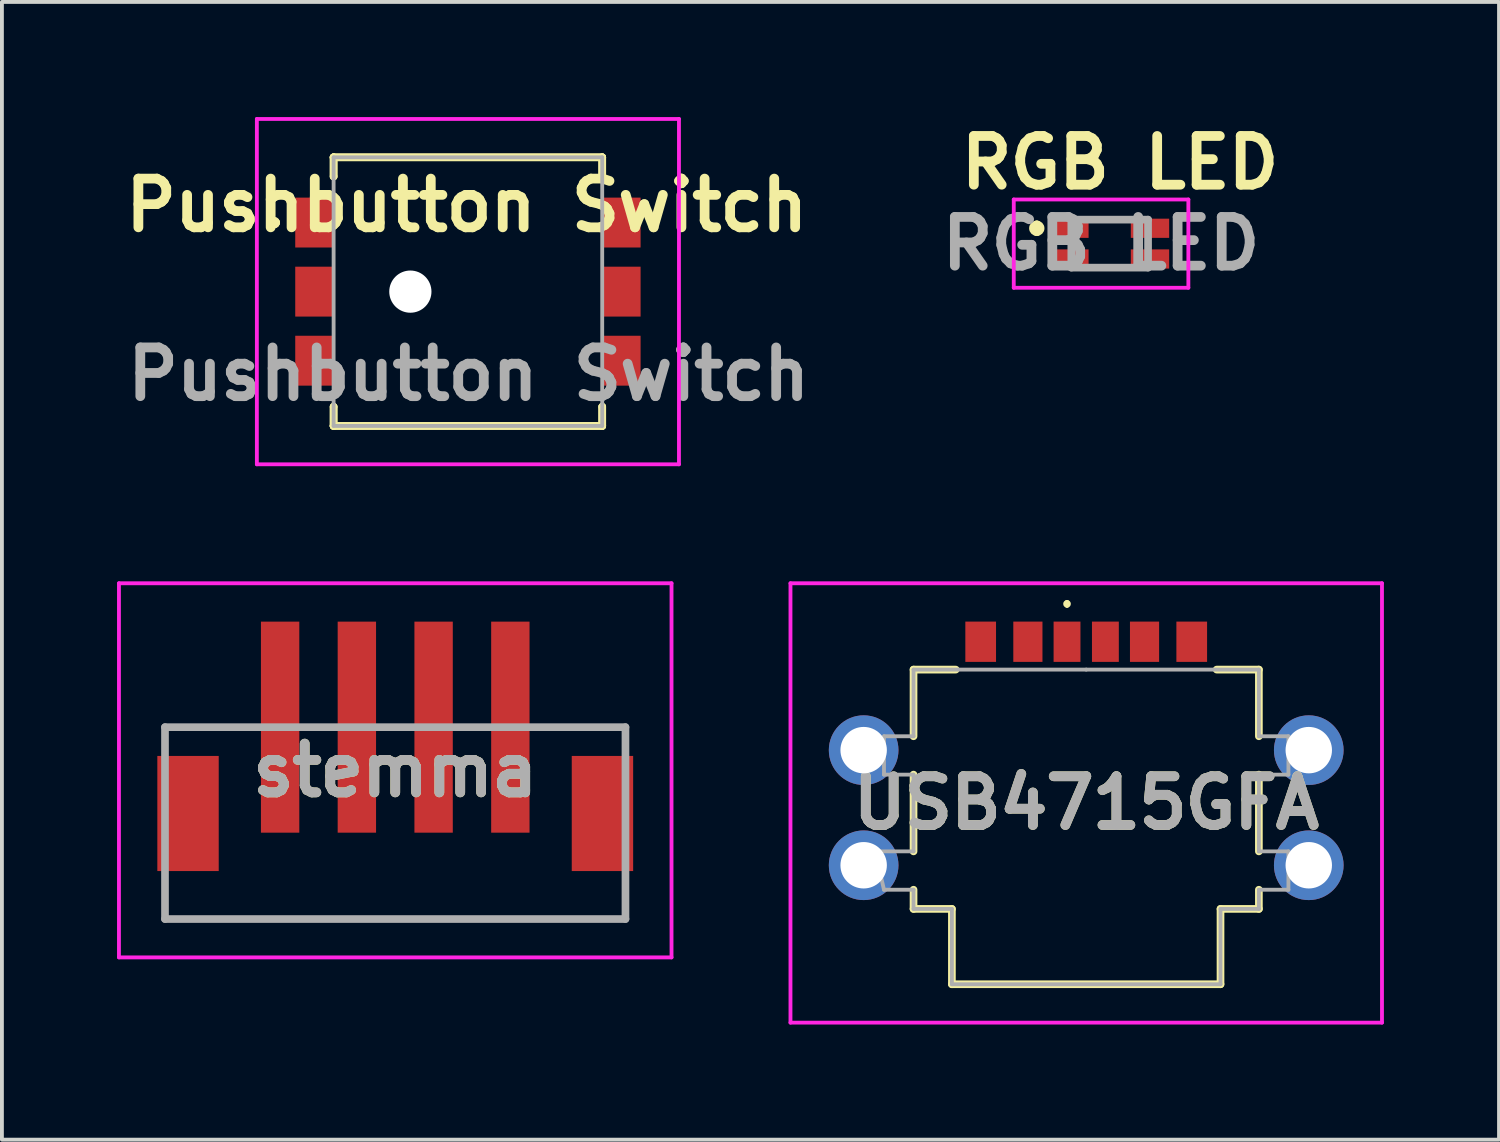
<source format=kicad_pcb>
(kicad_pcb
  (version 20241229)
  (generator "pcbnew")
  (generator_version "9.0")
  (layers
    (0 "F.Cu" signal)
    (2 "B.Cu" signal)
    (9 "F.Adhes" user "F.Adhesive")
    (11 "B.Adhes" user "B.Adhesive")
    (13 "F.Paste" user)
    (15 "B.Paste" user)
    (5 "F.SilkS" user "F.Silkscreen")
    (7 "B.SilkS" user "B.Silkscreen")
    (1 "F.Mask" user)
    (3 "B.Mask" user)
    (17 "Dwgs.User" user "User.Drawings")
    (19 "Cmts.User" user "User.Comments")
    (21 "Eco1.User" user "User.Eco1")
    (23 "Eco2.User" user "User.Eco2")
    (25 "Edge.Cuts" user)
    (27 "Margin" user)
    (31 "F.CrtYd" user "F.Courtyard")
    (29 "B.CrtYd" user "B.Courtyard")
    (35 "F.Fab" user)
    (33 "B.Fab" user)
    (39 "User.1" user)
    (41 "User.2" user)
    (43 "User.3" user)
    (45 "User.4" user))
  (footprint "Pushbutton Switch"
    (layer "F.Cu")
    (at 9.144 4.55)
    (property "Reference" "Pushbutton Switch" (at -0.03 -2.25 0) (layer "F.SilkS") (effects (font (size 1.27 1.27) (thickness 0.254))))
    (attr through_hole)
    (fp_line (start -5.1 -1.8) (end -5.1 -1.8) (stroke (width 0.2) (type solid)) (layer "F.SilkS"))
    (fp_line (start -5.1 -1.8) (end -5.1 -1.8) (stroke (width 0.2) (type solid)) (layer "F.SilkS"))
    (fp_line (start -5 -1.8) (end -5 -1.8) (stroke (width 0.2) (type solid)) (layer "F.SilkS"))
    (fp_line (start -3.5 -3.5) (end -3.5 -3.5) (stroke (width 0.2) (type solid)) (layer "F.SilkS"))
    (fp_line (start -3.5 -3.5) (end -3.5 -3.5) (stroke (width 0.2) (type solid)) (layer "F.SilkS"))
    (fp_line (start -3.5 -3.5) (end -3.5 -3) (stroke (width 0.2) (type solid)) (layer "F.SilkS"))
    (fp_line (start -3.5 -3.5) (end 3.5 -3.5) (stroke (width 0.2) (type solid)) (layer "F.SilkS"))
    (fp_line (start -3.5 -3) (end -3.5 -3.5) (stroke (width 0.2) (type solid)) (layer "F.SilkS"))
    (fp_line (start -3.5 -3) (end -3.5 -3) (stroke (width 0.2) (type solid)) (layer "F.SilkS"))
    (fp_line (start -3.5 3) (end -3.5 3) (stroke (width 0.2) (type solid)) (layer "F.SilkS"))
    (fp_line (start -3.5 3) (end -3.5 3.5) (stroke (width 0.2) (type solid)) (layer "F.SilkS"))
    (fp_line (start -3.5 3.5) (end -3.5 3) (stroke (width 0.2) (type solid)) (layer "F.SilkS"))
    (fp_line (start -3.5 3.5) (end -3.5 3.5) (stroke (width 0.2) (type solid)) (layer "F.SilkS"))
    (fp_line (start -3.5 3.5) (end -3.5 3.5) (stroke (width 0.2) (type solid)) (layer "F.SilkS"))
    (fp_line (start -3.5 3.5) (end 3.5 3.5) (stroke (width 0.2) (type solid)) (layer "F.SilkS"))
    (fp_line (start 3.5 -3.5) (end -3.5 -3.5) (stroke (width 0.2) (type solid)) (layer "F.SilkS"))
    (fp_line (start 3.5 -3.5) (end 3.5 -3.5) (stroke (width 0.2) (type solid)) (layer "F.SilkS"))
    (fp_line (start 3.5 -3.5) (end 3.5 -3.5) (stroke (width 0.2) (type solid)) (layer "F.SilkS"))
    (fp_line (start 3.5 -3.5) (end 3.5 -3) (stroke (width 0.2) (type solid)) (layer "F.SilkS"))
    (fp_line (start 3.5 -3) (end 3.5 -3.5) (stroke (width 0.2) (type solid)) (layer "F.SilkS"))
    (fp_line (start 3.5 -3) (end 3.5 -3) (stroke (width 0.2) (type solid)) (layer "F.SilkS"))
    (fp_line (start 3.5 3) (end 3.5 3) (stroke (width 0.2) (type solid)) (layer "F.SilkS"))
    (fp_line (start 3.5 3) (end 3.5 3.5) (stroke (width 0.2) (type solid)) (layer "F.SilkS"))
    (fp_line (start 3.5 3.5) (end -3.5 3.5) (stroke (width 0.2) (type solid)) (layer "F.SilkS"))
    (fp_line (start 3.5 3.5) (end 3.5 3) (stroke (width 0.2) (type solid)) (layer "F.SilkS"))
    (fp_line (start 3.5 3.5) (end 3.5 3.5) (stroke (width 0.2) (type solid)) (layer "F.SilkS"))
    (fp_line (start 3.5 3.5) (end 3.5 3.5) (stroke (width 0.2) (type solid)) (layer "F.SilkS"))
    (fp_arc (start -5.1 -1.8) (mid -5.05 -1.85) (end -5 -1.8) (stroke (width 0.2) (type solid)) (layer "F.SilkS"))
    (fp_arc (start -5 -1.8) (mid -5.05 -1.75) (end -5.1 -1.8) (stroke (width 0.2) (type solid)) (layer "F.SilkS"))
    (fp_arc (start -5 -1.8) (mid -5.05 -1.75) (end -5.1 -1.8) (stroke (width 0.2) (type solid)) (layer "F.SilkS"))
    (fp_line (start -5.5 -4.5) (end 5.5 -4.5) (stroke (width 0.1) (type solid)) (layer "F.CrtYd"))
    (fp_line (start -5.5 4.5) (end -5.5 -4.5) (stroke (width 0.1) (type solid)) (layer "F.CrtYd"))
    (fp_line (start 5.5 -4.5) (end 5.5 4.5) (stroke (width 0.1) (type solid)) (layer "F.CrtYd"))
    (fp_line (start 5.5 4.5) (end -5.5 4.5) (stroke (width 0.1) (type solid)) (layer "F.CrtYd"))
    (fp_line (start -3.5 -3.5) (end -3.5 3.5) (stroke (width 0.1) (type solid)) (layer "F.Fab"))
    (fp_line (start -3.5 3.5) (end 3.5 3.5) (stroke (width 0.1) (type solid)) (layer "F.Fab"))
    (fp_line (start 3.5 -3.5) (end -3.5 -3.5) (stroke (width 0.1) (type solid)) (layer "F.Fab"))
    (fp_line (start 3.5 3.5) (end 3.5 -3.5) (stroke (width 0.1) (type solid)) (layer "F.Fab"))
    (fp_text user "${REFERENCE}" (at 0.02 2.15 0) (layer "F.Fab") (effects (font (size 1.27 1.27) (thickness 0.254))))
    (pad "" np_thru_hole circle (at -1.5 0) (size 1.1 1.1) (drill 1.1) (layers "*.Cu" "*.Mask"))
    (pad "1" smd rect (at -4 -1.8) (size 1 1.3) (layers "F.Cu" "F.Mask" "F.Paste"))
    (pad "2" smd rect (at -4 0) (size 1 1.3) (layers "F.Cu" "F.Mask" "F.Paste"))
    (pad "3" smd rect (at -4 1.8) (size 1 1.3) (layers "F.Cu" "F.Mask" "F.Paste"))
    (pad "4" smd rect (at 4 -1.8) (size 1 1.3) (layers "F.Cu" "F.Mask" "F.Paste"))
    (pad "5" smd rect (at 4 0) (size 1 1.3) (layers "F.Cu" "F.Mask" "F.Paste"))
    (pad "6" smd rect (at 4 1.8) (size 1 1.3) (layers "F.Cu" "F.Mask" "F.Paste")))
  (footprint "RGB LED"
    (layer "F.Cu")
    (at 25.869 3.299)
    (property "Reference" "RGB LED" (at 0.27 -2.11 0) (layer "F.SilkS") (effects (font (size 1.27 1.27) (thickness 0.254))))
    (attr smd)
    (fp_line (start -1.9 -0.5) (end -1.9 -0.5) (stroke (width 0.2) (type solid)) (layer "F.SilkS"))
    (fp_line (start -1.9 -0.3) (end -1.9 -0.3) (stroke (width 0.2) (type solid)) (layer "F.SilkS"))
    (fp_line (start -0.3 -0.625) (end 0.3 -0.625) (stroke (width 0.1) (type solid)) (layer "F.SilkS"))
    (fp_line (start -0.3 0.625) (end 0.3 0.625) (stroke (width 0.1) (type solid)) (layer "F.SilkS"))
    (fp_arc (start -1.9 -0.5) (mid -1.8 -0.4) (end -1.9 -0.3) (stroke (width 0.2) (type solid)) (layer "F.SilkS"))
    (fp_arc (start -1.9 -0.3) (mid -2 -0.4) (end -1.9 -0.5) (stroke (width 0.2) (type solid)) (layer "F.SilkS"))
    (fp_line (start -2.5 -1.15) (end 2.05 -1.15) (stroke (width 0.1) (type solid)) (layer "F.CrtYd"))
    (fp_line (start -2.5 1.15) (end -2.5 -1.15) (stroke (width 0.1) (type solid)) (layer "F.CrtYd"))
    (fp_line (start 2.05 -1.15) (end 2.05 1.15) (stroke (width 0.1) (type solid)) (layer "F.CrtYd"))
    (fp_line (start 2.05 1.15) (end -2.5 1.15) (stroke (width 0.1) (type solid)) (layer "F.CrtYd"))
    (fp_line (start -1 -0.625) (end 1 -0.625) (stroke (width 0.2) (type solid)) (layer "F.Fab"))
    (fp_line (start -1 0.625) (end -1 -0.625) (stroke (width 0.2) (type solid)) (layer "F.Fab"))
    (fp_line (start 1 -0.625) (end 1 0.625) (stroke (width 0.2) (type solid)) (layer "F.Fab"))
    (fp_line (start 1 0.625) (end -1 0.625) (stroke (width 0.2) (type solid)) (layer "F.Fab"))
    (fp_text user "${REFERENCE}" (at -0.225 0 0) (layer "F.Fab") (effects (font (size 1.27 1.27) (thickness 0.254))))
    (pad "1" smd rect (at -1.05 -0.4 90) (size 0.5 1) (layers "F.Cu" "F.Mask" "F.Paste"))
    (pad "2" smd rect (at 1.05 -0.4 90) (size 0.5 1) (layers "F.Cu" "F.Mask" "F.Paste"))
    (pad "3" smd rect (at -1.05 0.4 90) (size 0.5 1) (layers "F.Cu" "F.Mask" "F.Paste"))
    (pad "4" smd rect (at 1.05 0.4 90) (size 0.5 1) (layers "F.Cu" "F.Mask" "F.Paste")))
  (footprint "USB4715GFA"
    (layer "F.Cu")
    (at 25.257 18.137)
    (property "Reference" "USB4715GFA" (at 0.001 -0.262 0) (layer "F.SilkS") (effects (font (size 1.27 1.27) (thickness 0.254))))
    (attr through_hole)
    (fp_line (start -4.5 -3.737) (end -4.5 -2) (stroke (width 0.2) (type solid)) (layer "F.SilkS"))
    (fp_line (start -4.5 -1) (end -4.5 1) (stroke (width 0.2) (type solid)) (layer "F.SilkS"))
    (fp_line (start -4.5 2) (end -4.5 2.5) (stroke (width 0.2) (type solid)) (layer "F.SilkS"))
    (fp_line (start -4.5 2.5) (end -3.5 2.5) (stroke (width 0.2) (type solid)) (layer "F.SilkS"))
    (fp_line (start -3.5 2.5) (end -3.5 4.463) (stroke (width 0.2) (type solid)) (layer "F.SilkS"))
    (fp_line (start -3.5 4.463) (end 3.5 4.463) (stroke (width 0.2) (type solid)) (layer "F.SilkS"))
    (fp_line (start -3.4 -3.737) (end -4.5 -3.737) (stroke (width 0.2) (type solid)) (layer "F.SilkS"))
    (fp_line (start -0.5 -5.5) (end -0.5 -5.5) (stroke (width 0.1) (type solid)) (layer "F.SilkS"))
    (fp_line (start -0.5 -5.4) (end -0.5 -5.4) (stroke (width 0.1) (type solid)) (layer "F.SilkS"))
    (fp_line (start 3.4 -3.737) (end 4.5 -3.737) (stroke (width 0.2) (type solid)) (layer "F.SilkS"))
    (fp_line (start 3.5 2.5) (end 4.5 2.5) (stroke (width 0.2) (type solid)) (layer "F.SilkS"))
    (fp_line (start 3.5 4.463) (end 3.5 2.5) (stroke (width 0.2) (type solid)) (layer "F.SilkS"))
    (fp_line (start 4.5 -3.737) (end 4.5 -2) (stroke (width 0.2) (type solid)) (layer "F.SilkS"))
    (fp_line (start 4.5 -1) (end 4.5 1) (stroke (width 0.2) (type solid)) (layer "F.SilkS"))
    (fp_line (start 4.5 2.5) (end 4.5 2) (stroke (width 0.2) (type solid)) (layer "F.SilkS"))
    (fp_arc (start -0.5 -5.5) (mid -0.45 -5.45) (end -0.5 -5.4) (stroke (width 0.1) (type solid)) (layer "F.SilkS"))
    (fp_arc (start -0.5 -5.4) (mid -0.55 -5.45) (end -0.5 -5.5) (stroke (width 0.1) (type solid)) (layer "F.SilkS"))
    (fp_line (start -7.707 -5.987) (end 7.708 -5.987) (stroke (width 0.1) (type solid)) (layer "F.CrtYd"))
    (fp_line (start -7.707 5.463) (end -7.707 -5.987) (stroke (width 0.1) (type solid)) (layer "F.CrtYd"))
    (fp_line (start 7.708 -5.987) (end 7.708 5.463) (stroke (width 0.1) (type solid)) (layer "F.CrtYd"))
    (fp_line (start 7.708 5.463) (end -7.707 5.463) (stroke (width 0.1) (type solid)) (layer "F.CrtYd"))
    (fp_line (start -5.5 1) (end -5.27 2) (stroke (width 0.1) (type solid)) (layer "F.Fab"))
    (fp_line (start -5.27 -2) (end -5.27 -1) (stroke (width 0.1) (type solid)) (layer "F.Fab"))
    (fp_line (start -5.27 -1) (end -4.5 -1) (stroke (width 0.1) (type solid)) (layer "F.Fab"))
    (fp_line (start -5.27 2) (end -4.5 2) (stroke (width 0.1) (type solid)) (layer "F.Fab"))
    (fp_line (start -4.5 -3.737) (end -4.5 -2) (stroke (width 0.1) (type solid)) (layer "F.Fab"))
    (fp_line (start -4.5 -2) (end -5.27 -2) (stroke (width 0.1) (type solid)) (layer "F.Fab"))
    (fp_line (start -4.5 -1) (end -4.5 1) (stroke (width 0.1) (type solid)) (layer "F.Fab"))
    (fp_line (start -4.5 1) (end -5.5 1) (stroke (width 0.1) (type solid)) (layer "F.Fab"))
    (fp_line (start -4.5 2) (end -4.5 2.5) (stroke (width 0.1) (type solid)) (layer "F.Fab"))
    (fp_line (start -4.5 2.5) (end -3.5 2.5) (stroke (width 0.1) (type solid)) (layer "F.Fab"))
    (fp_line (start -3.5 2.5) (end -3.5 4.463) (stroke (width 0.1) (type solid)) (layer "F.Fab"))
    (fp_line (start -3.5 4.463) (end 3.5 4.463) (stroke (width 0.1) (type solid)) (layer "F.Fab"))
    (fp_line (start 0 -3.737) (end -4.5 -3.737) (stroke (width 0.1) (type solid)) (layer "F.Fab"))
    (fp_line (start 3.5 2.5) (end 4.5 2.5) (stroke (width 0.1) (type solid)) (layer "F.Fab"))
    (fp_line (start 3.5 4.463) (end 3.5 2.5) (stroke (width 0.1) (type solid)) (layer "F.Fab"))
    (fp_line (start 4.5 -3.737) (end 0 -3.737) (stroke (width 0.1) (type solid)) (layer "F.Fab"))
    (fp_line (start 4.5 -2) (end 4.5 -3.737) (stroke (width 0.1) (type solid)) (layer "F.Fab"))
    (fp_line (start 4.5 -1) (end 5.27 -1) (stroke (width 0.1) (type solid)) (layer "F.Fab"))
    (fp_line (start 4.5 1) (end 4.5 -1) (stroke (width 0.1) (type solid)) (layer "F.Fab"))
    (fp_line (start 4.5 2) (end 5.27 2) (stroke (width 0.1) (type solid)) (layer "F.Fab"))
    (fp_line (start 4.5 2.5) (end 4.5 2) (stroke (width 0.1) (type solid)) (layer "F.Fab"))
    (fp_line (start 5.27 -2) (end 4.5 -2) (stroke (width 0.1) (type solid)) (layer "F.Fab"))
    (fp_line (start 5.27 -1) (end 5.27 -2) (stroke (width 0.1) (type solid)) (layer "F.Fab"))
    (fp_line (start 5.27 1) (end 4.5 1) (stroke (width 0.1) (type solid)) (layer "F.Fab"))
    (fp_line (start 5.27 2) (end 5.27 1) (stroke (width 0.1) (type solid)) (layer "F.Fab"))
    (fp_text user "${REFERENCE}" (at 0.001 -0.262 0) (layer "F.Fab") (effects (font (size 1.27 1.27) (thickness 0.254))))
    (pad "A5" smd rect (at -0.5 -4.463) (size 0.7 1.05) (layers "F.Cu" "F.Mask" "F.Paste"))
    (pad "A9" smd rect (at 1.52 -4.463) (size 0.76 1.05) (layers "F.Cu" "F.Mask" "F.Paste"))
    (pad "A12" smd rect (at 2.75 -4.463) (size 0.8 1.05) (layers "F.Cu" "F.Mask" "F.Paste"))
    (pad "B5" smd rect (at 0.5 -4.463) (size 0.7 1.05) (layers "F.Cu" "F.Mask" "F.Paste"))
    (pad "B9" smd rect (at -1.52 -4.463) (size 0.76 1.05) (layers "F.Cu" "F.Mask" "F.Paste"))
    (pad "B12" smd rect (at -2.75 -4.463) (size 0.8 1.05) (layers "F.Cu" "F.Mask" "F.Paste"))
    (pad "MH1" thru_hole circle (at -5.8 -1.638) (size 1.815 1.815) (drill 1.21) (layers "*.Cu" "*.Mask"))
    (pad "MH2" thru_hole circle (at 5.8 -1.638) (size 1.815 1.815) (drill 1.21) (layers "*.Cu" "*.Mask"))
    (pad "MH3" thru_hole circle (at -5.8 1.362) (size 1.815 1.815) (drill 1.21) (layers "*.Cu" "*.Mask"))
    (pad "MH4" thru_hole circle (at 5.8 1.362) (size 1.815 1.815) (drill 1.21) (layers "*.Cu" "*.Mask")))
  (footprint "stemma"
    (layer "F.Cu")
    (at 7.25 19.4)
    (property "Reference" "stemma" (at 0 -2.375 0) (layer "F.SilkS") (effects (font (size 1.27 1.27) (thickness 0.254))))
    (attr smd)
    (fp_line (start 6 1.5) (end -6 1.5) (stroke (width 0.1) (type solid)) (layer "F.SilkS"))
    (fp_line (start -7.2 -7.25) (end -7.2 2.5) (stroke (width 0.1) (type solid)) (layer "F.CrtYd"))
    (fp_line (start -7.2 2.5) (end 7.2 2.5) (stroke (width 0.1) (type solid)) (layer "F.CrtYd"))
    (fp_line (start 7.2 -7.25) (end -7.2 -7.25) (stroke (width 0.1) (type solid)) (layer "F.CrtYd"))
    (fp_line (start 7.2 2.5) (end 7.2 -7.25) (stroke (width 0.1) (type solid)) (layer "F.CrtYd"))
    (fp_line (start -6 -3.5) (end -6 1.5) (stroke (width 0.2) (type solid)) (layer "F.Fab"))
    (fp_line (start -6 1.5) (end 6 1.5) (stroke (width 0.2) (type solid)) (layer "F.Fab"))
    (fp_line (start 6 -3.5) (end -6 -3.5) (stroke (width 0.2) (type solid)) (layer "F.Fab"))
    (fp_line (start 6 1.5) (end 6 -3.5) (stroke (width 0.2) (type solid)) (layer "F.Fab"))
    (fp_text user "${REFERENCE}" (at 0 -2.375 0) (layer "F.Fab") (effects (font (size 1.27 1.27) (thickness 0.254))))
    (pad "1" smd rect (at 3 -3.5) (size 1 5.5) (layers "F.Cu" "F.Mask" "F.Paste"))
    (pad "2" smd rect (at 1 -3.5) (size 1 5.5) (layers "F.Cu" "F.Mask" "F.Paste"))
    (pad "3" smd rect (at -1 -3.5) (size 1 5.5) (layers "F.Cu" "F.Mask" "F.Paste"))
    (pad "4" smd rect (at -3 -3.5) (size 1 5.5) (layers "F.Cu" "F.Mask" "F.Paste"))
    (pad "MP1" smd rect (at 5.4 -1.25) (size 1.6 3) (layers "F.Cu" "F.Mask" "F.Paste"))
    (pad "MP2" smd rect (at -5.4 -1.25) (size 1.6 3) (layers "F.Cu" "F.Mask" "F.Paste")))
  (gr_rect
    (start -3 -3)
    (end 36.015 26.65)
    (stroke (width 0.1) (type default))
    (fill no)
    (layer "Edge.Cuts")))
</source>
